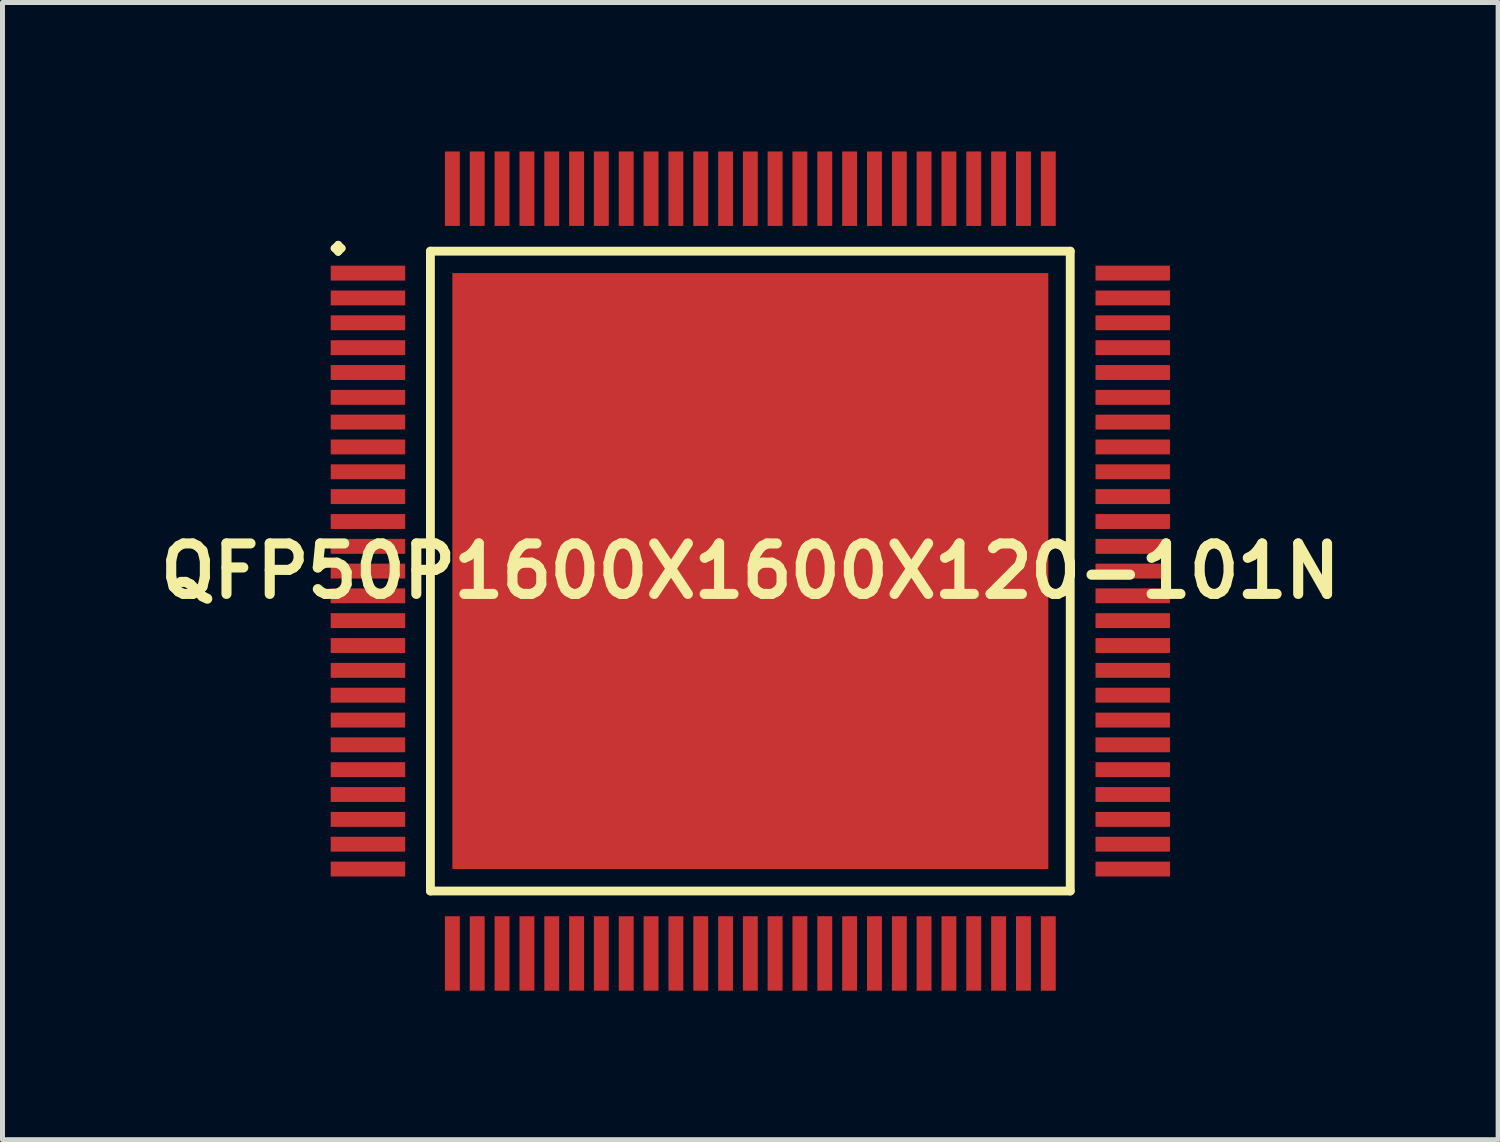
<source format=kicad_pcb>
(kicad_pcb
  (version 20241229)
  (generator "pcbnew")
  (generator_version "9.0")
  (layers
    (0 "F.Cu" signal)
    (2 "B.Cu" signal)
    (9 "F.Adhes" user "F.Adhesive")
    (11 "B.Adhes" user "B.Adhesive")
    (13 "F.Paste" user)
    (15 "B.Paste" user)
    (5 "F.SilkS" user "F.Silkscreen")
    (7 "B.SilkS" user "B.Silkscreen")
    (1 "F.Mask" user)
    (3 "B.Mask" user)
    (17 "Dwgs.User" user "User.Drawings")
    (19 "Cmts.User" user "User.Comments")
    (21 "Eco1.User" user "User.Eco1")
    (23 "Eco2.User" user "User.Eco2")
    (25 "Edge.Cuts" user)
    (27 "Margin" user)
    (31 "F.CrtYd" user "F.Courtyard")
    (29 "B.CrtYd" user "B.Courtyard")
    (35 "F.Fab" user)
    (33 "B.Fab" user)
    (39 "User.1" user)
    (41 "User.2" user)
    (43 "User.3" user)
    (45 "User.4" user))
  (footprint "QFP50P1600X1600X120-101N"
    (layer "F.Cu")
    (at 12.057 8.448)
    (property "Reference" "QFP50P1600X1600X120-101N" (at 0 0 0) (layer "F.SilkS") (effects (font (size 1.016 1.016) (thickness 0.203))))
    (attr smd)
    (fp_line (start -8.374 -6.5) (end -8.298 -6.574) (stroke (width 0.15) (type solid)) (layer "F.SilkS"))
    (fp_line (start -8.298 -6.574) (end -8.225 -6.5) (stroke (width 0.15) (type solid)) (layer "F.SilkS"))
    (fp_line (start -8.298 -6.424) (end -8.374 -6.5) (stroke (width 0.15) (type solid)) (layer "F.SilkS"))
    (fp_line (start -8.225 -6.5) (end -8.298 -6.424) (stroke (width 0.15) (type solid)) (layer "F.SilkS"))
    (fp_line (start -6.441 -6.441) (end -6.441 6.441) (stroke (width 0.178) (type solid)) (layer "F.SilkS"))
    (fp_line (start -6.441 6.441) (end 6.441 6.441) (stroke (width 0.178) (type solid)) (layer "F.SilkS"))
    (fp_line (start 6.441 -6.441) (end -6.441 -6.441) (stroke (width 0.178) (type solid)) (layer "F.SilkS"))
    (fp_line (start 6.441 6.441) (end 6.441 -6.441) (stroke (width 0.178) (type solid)) (layer "F.SilkS"))
    (pad "1" smd rect (at -7.699 -5.999) (size 1.499 0.3) (layers "F.Cu" "F.Mask" "F.Paste"))
    (pad "2" smd rect (at -7.699 -5.499) (size 1.499 0.3) (layers "F.Cu" "F.Mask" "F.Paste"))
    (pad "3" smd rect (at -7.699 -4.999) (size 1.499 0.3) (layers "F.Cu" "F.Mask" "F.Paste"))
    (pad "4" smd rect (at -7.699 -4.498) (size 1.499 0.3) (layers "F.Cu" "F.Mask" "F.Paste"))
    (pad "5" smd rect (at -7.699 -3.998) (size 1.499 0.3) (layers "F.Cu" "F.Mask" "F.Paste"))
    (pad "6" smd rect (at -7.699 -3.498) (size 1.499 0.3) (layers "F.Cu" "F.Mask" "F.Paste"))
    (pad "7" smd rect (at -7.699 -3) (size 1.499 0.3) (layers "F.Cu" "F.Mask" "F.Paste"))
    (pad "8" smd rect (at -7.699 -2.499) (size 1.499 0.3) (layers "F.Cu" "F.Mask" "F.Paste"))
    (pad "9" smd rect (at -7.699 -1.999) (size 1.499 0.3) (layers "F.Cu" "F.Mask" "F.Paste"))
    (pad "10" smd rect (at -7.699 -1.499) (size 1.499 0.3) (layers "F.Cu" "F.Mask" "F.Paste"))
    (pad "11" smd rect (at -7.699 -0.998) (size 1.499 0.3) (layers "F.Cu" "F.Mask" "F.Paste"))
    (pad "12" smd rect (at -7.699 -0.498) (size 1.499 0.3) (layers "F.Cu" "F.Mask" "F.Paste"))
    (pad "13" smd rect (at -7.699 0) (size 1.499 0.3) (layers "F.Cu" "F.Mask" "F.Paste"))
    (pad "14" smd rect (at -7.699 0.498) (size 1.499 0.3) (layers "F.Cu" "F.Mask" "F.Paste"))
    (pad "15" smd rect (at -7.699 0.998) (size 1.499 0.3) (layers "F.Cu" "F.Mask" "F.Paste"))
    (pad "16" smd rect (at -7.699 1.499) (size 1.499 0.3) (layers "F.Cu" "F.Mask" "F.Paste"))
    (pad "17" smd rect (at -7.699 1.999) (size 1.499 0.3) (layers "F.Cu" "F.Mask" "F.Paste"))
    (pad "18" smd rect (at -7.699 2.499) (size 1.499 0.3) (layers "F.Cu" "F.Mask" "F.Paste"))
    (pad "19" smd rect (at -7.699 3) (size 1.499 0.3) (layers "F.Cu" "F.Mask" "F.Paste"))
    (pad "20" smd rect (at -7.699 3.498) (size 1.499 0.3) (layers "F.Cu" "F.Mask" "F.Paste"))
    (pad "21" smd rect (at -7.699 3.998) (size 1.499 0.3) (layers "F.Cu" "F.Mask" "F.Paste"))
    (pad "22" smd rect (at -7.699 4.498) (size 1.499 0.3) (layers "F.Cu" "F.Mask" "F.Paste"))
    (pad "23" smd rect (at -7.699 4.999) (size 1.499 0.3) (layers "F.Cu" "F.Mask" "F.Paste"))
    (pad "24" smd rect (at -7.699 5.499) (size 1.499 0.3) (layers "F.Cu" "F.Mask" "F.Paste"))
    (pad "25" smd rect (at -7.699 5.999) (size 1.499 0.3) (layers "F.Cu" "F.Mask" "F.Paste"))
    (pad "26" smd rect (at -5.999 7.699) (size 0.3 1.499) (layers "F.Cu" "F.Mask" "F.Paste"))
    (pad "27" smd rect (at -5.499 7.699) (size 0.3 1.499) (layers "F.Cu" "F.Mask" "F.Paste"))
    (pad "28" smd rect (at -4.999 7.699) (size 0.3 1.499) (layers "F.Cu" "F.Mask" "F.Paste"))
    (pad "29" smd rect (at -4.498 7.699) (size 0.3 1.499) (layers "F.Cu" "F.Mask" "F.Paste"))
    (pad "30" smd rect (at -3.998 7.699) (size 0.3 1.499) (layers "F.Cu" "F.Mask" "F.Paste"))
    (pad "31" smd rect (at -3.498 7.699) (size 0.3 1.499) (layers "F.Cu" "F.Mask" "F.Paste"))
    (pad "32" smd rect (at -3 7.699) (size 0.3 1.499) (layers "F.Cu" "F.Mask" "F.Paste"))
    (pad "33" smd rect (at -2.499 7.699) (size 0.3 1.499) (layers "F.Cu" "F.Mask" "F.Paste"))
    (pad "34" smd rect (at -1.999 7.699) (size 0.3 1.499) (layers "F.Cu" "F.Mask" "F.Paste"))
    (pad "35" smd rect (at -1.499 7.699) (size 0.3 1.499) (layers "F.Cu" "F.Mask" "F.Paste"))
    (pad "36" smd rect (at -0.998 7.699) (size 0.3 1.499) (layers "F.Cu" "F.Mask" "F.Paste"))
    (pad "37" smd rect (at -0.498 7.699) (size 0.3 1.499) (layers "F.Cu" "F.Mask" "F.Paste"))
    (pad "38" smd rect (at 0 7.699) (size 0.3 1.499) (layers "F.Cu" "F.Mask" "F.Paste"))
    (pad "39" smd rect (at 0.498 7.699) (size 0.3 1.499) (layers "F.Cu" "F.Mask" "F.Paste"))
    (pad "40" smd rect (at 0.998 7.699) (size 0.3 1.499) (layers "F.Cu" "F.Mask" "F.Paste"))
    (pad "41" smd rect (at 1.499 7.699) (size 0.3 1.499) (layers "F.Cu" "F.Mask" "F.Paste"))
    (pad "42" smd rect (at 1.999 7.699) (size 0.3 1.499) (layers "F.Cu" "F.Mask" "F.Paste"))
    (pad "43" smd rect (at 2.499 7.699) (size 0.3 1.499) (layers "F.Cu" "F.Mask" "F.Paste"))
    (pad "44" smd rect (at 3 7.699) (size 0.3 1.499) (layers "F.Cu" "F.Mask" "F.Paste"))
    (pad "45" smd rect (at 3.498 7.699) (size 0.3 1.499) (layers "F.Cu" "F.Mask" "F.Paste"))
    (pad "46" smd rect (at 3.998 7.699) (size 0.3 1.499) (layers "F.Cu" "F.Mask" "F.Paste"))
    (pad "47" smd rect (at 4.498 7.699) (size 0.3 1.499) (layers "F.Cu" "F.Mask" "F.Paste"))
    (pad "48" smd rect (at 4.999 7.699) (size 0.3 1.499) (layers "F.Cu" "F.Mask" "F.Paste"))
    (pad "49" smd rect (at 5.499 7.699) (size 0.3 1.499) (layers "F.Cu" "F.Mask" "F.Paste"))
    (pad "50" smd rect (at 5.999 7.699) (size 0.3 1.499) (layers "F.Cu" "F.Mask" "F.Paste"))
    (pad "51" smd rect (at 7.699 5.999) (size 1.499 0.3) (layers "F.Cu" "F.Mask" "F.Paste"))
    (pad "52" smd rect (at 7.699 5.499) (size 1.499 0.3) (layers "F.Cu" "F.Mask" "F.Paste"))
    (pad "53" smd rect (at 7.699 4.999) (size 1.499 0.3) (layers "F.Cu" "F.Mask" "F.Paste"))
    (pad "54" smd rect (at 7.699 4.498) (size 1.499 0.3) (layers "F.Cu" "F.Mask" "F.Paste"))
    (pad "55" smd rect (at 7.699 3.998) (size 1.499 0.3) (layers "F.Cu" "F.Mask" "F.Paste"))
    (pad "56" smd rect (at 7.699 3.498) (size 1.499 0.3) (layers "F.Cu" "F.Mask" "F.Paste"))
    (pad "57" smd rect (at 7.699 3) (size 1.499 0.3) (layers "F.Cu" "F.Mask" "F.Paste"))
    (pad "58" smd rect (at 7.699 2.499) (size 1.499 0.3) (layers "F.Cu" "F.Mask" "F.Paste"))
    (pad "59" smd rect (at 7.699 1.999) (size 1.499 0.3) (layers "F.Cu" "F.Mask" "F.Paste"))
    (pad "60" smd rect (at 7.699 1.499) (size 1.499 0.3) (layers "F.Cu" "F.Mask" "F.Paste"))
    (pad "61" smd rect (at 7.699 0.998) (size 1.499 0.3) (layers "F.Cu" "F.Mask" "F.Paste"))
    (pad "62" smd rect (at 7.699 0.498) (size 1.499 0.3) (layers "F.Cu" "F.Mask" "F.Paste"))
    (pad "63" smd rect (at 7.699 0) (size 1.499 0.3) (layers "F.Cu" "F.Mask" "F.Paste"))
    (pad "64" smd rect (at 7.699 -0.498) (size 1.499 0.3) (layers "F.Cu" "F.Mask" "F.Paste"))
    (pad "65" smd rect (at 7.699 -0.998) (size 1.499 0.3) (layers "F.Cu" "F.Mask" "F.Paste"))
    (pad "66" smd rect (at 7.699 -1.499) (size 1.499 0.3) (layers "F.Cu" "F.Mask" "F.Paste"))
    (pad "67" smd rect (at 7.699 -1.999) (size 1.499 0.3) (layers "F.Cu" "F.Mask" "F.Paste"))
    (pad "68" smd rect (at 7.699 -2.499) (size 1.499 0.3) (layers "F.Cu" "F.Mask" "F.Paste"))
    (pad "69" smd rect (at 7.699 -3) (size 1.499 0.3) (layers "F.Cu" "F.Mask" "F.Paste"))
    (pad "70" smd rect (at 7.699 -3.498) (size 1.499 0.3) (layers "F.Cu" "F.Mask" "F.Paste"))
    (pad "71" smd rect (at 7.699 -3.998) (size 1.499 0.3) (layers "F.Cu" "F.Mask" "F.Paste"))
    (pad "72" smd rect (at 7.699 -4.498) (size 1.499 0.3) (layers "F.Cu" "F.Mask" "F.Paste"))
    (pad "73" smd rect (at 7.699 -4.999) (size 1.499 0.3) (layers "F.Cu" "F.Mask" "F.Paste"))
    (pad "74" smd rect (at 7.699 -5.499) (size 1.499 0.3) (layers "F.Cu" "F.Mask" "F.Paste"))
    (pad "75" smd rect (at 7.699 -5.999) (size 1.499 0.3) (layers "F.Cu" "F.Mask" "F.Paste"))
    (pad "76" smd rect (at 5.999 -7.699) (size 0.3 1.499) (layers "F.Cu" "F.Mask" "F.Paste"))
    (pad "77" smd rect (at 5.499 -7.699) (size 0.3 1.499) (layers "F.Cu" "F.Mask" "F.Paste"))
    (pad "78" smd rect (at 4.999 -7.699) (size 0.3 1.499) (layers "F.Cu" "F.Mask" "F.Paste"))
    (pad "79" smd rect (at 4.498 -7.699) (size 0.3 1.499) (layers "F.Cu" "F.Mask" "F.Paste"))
    (pad "80" smd rect (at 3.998 -7.699) (size 0.3 1.499) (layers "F.Cu" "F.Mask" "F.Paste"))
    (pad "81" smd rect (at 3.498 -7.699) (size 0.3 1.499) (layers "F.Cu" "F.Mask" "F.Paste"))
    (pad "82" smd rect (at 3 -7.699) (size 0.3 1.499) (layers "F.Cu" "F.Mask" "F.Paste"))
    (pad "83" smd rect (at 2.499 -7.699) (size 0.3 1.499) (layers "F.Cu" "F.Mask" "F.Paste"))
    (pad "84" smd rect (at 1.999 -7.699) (size 0.3 1.499) (layers "F.Cu" "F.Mask" "F.Paste"))
    (pad "85" smd rect (at 1.499 -7.699) (size 0.3 1.499) (layers "F.Cu" "F.Mask" "F.Paste"))
    (pad "86" smd rect (at 0.998 -7.699) (size 0.3 1.499) (layers "F.Cu" "F.Mask" "F.Paste"))
    (pad "87" smd rect (at 0.498 -7.699) (size 0.3 1.499) (layers "F.Cu" "F.Mask" "F.Paste"))
    (pad "88" smd rect (at 0 -7.699) (size 0.3 1.499) (layers "F.Cu" "F.Mask" "F.Paste"))
    (pad "89" smd rect (at -0.498 -7.699) (size 0.3 1.499) (layers "F.Cu" "F.Mask" "F.Paste"))
    (pad "90" smd rect (at -0.998 -7.699) (size 0.3 1.499) (layers "F.Cu" "F.Mask" "F.Paste"))
    (pad "91" smd rect (at -1.499 -7.699) (size 0.3 1.499) (layers "F.Cu" "F.Mask" "F.Paste"))
    (pad "92" smd rect (at -1.999 -7.699) (size 0.3 1.499) (layers "F.Cu" "F.Mask" "F.Paste"))
    (pad "93" smd rect (at -2.499 -7.699) (size 0.3 1.499) (layers "F.Cu" "F.Mask" "F.Paste"))
    (pad "94" smd rect (at -3 -7.699) (size 0.3 1.499) (layers "F.Cu" "F.Mask" "F.Paste"))
    (pad "95" smd rect (at -3.498 -7.699) (size 0.3 1.499) (layers "F.Cu" "F.Mask" "F.Paste"))
    (pad "96" smd rect (at -3.998 -7.699) (size 0.3 1.499) (layers "F.Cu" "F.Mask" "F.Paste"))
    (pad "97" smd rect (at -4.498 -7.699) (size 0.3 1.499) (layers "F.Cu" "F.Mask" "F.Paste"))
    (pad "98" smd rect (at -4.999 -7.699) (size 0.3 1.499) (layers "F.Cu" "F.Mask" "F.Paste"))
    (pad "99" smd rect (at -5.499 -7.699) (size 0.3 1.499) (layers "F.Cu" "F.Mask" "F.Paste"))
    (pad "100" smd rect (at -5.999 -7.699) (size 0.3 1.499) (layers "F.Cu" "F.Mask" "F.Paste"))
    (pad "101" smd rect (at 0 0) (size 11.999 11.999) (layers "F.Cu" "F.Mask" "F.Paste")))
  (gr_rect
    (start -3 -3)
    (end 27.113 19.896)
    (stroke (width 0.1) (type default))
    (fill no)
    (layer "Edge.Cuts")))
</source>
